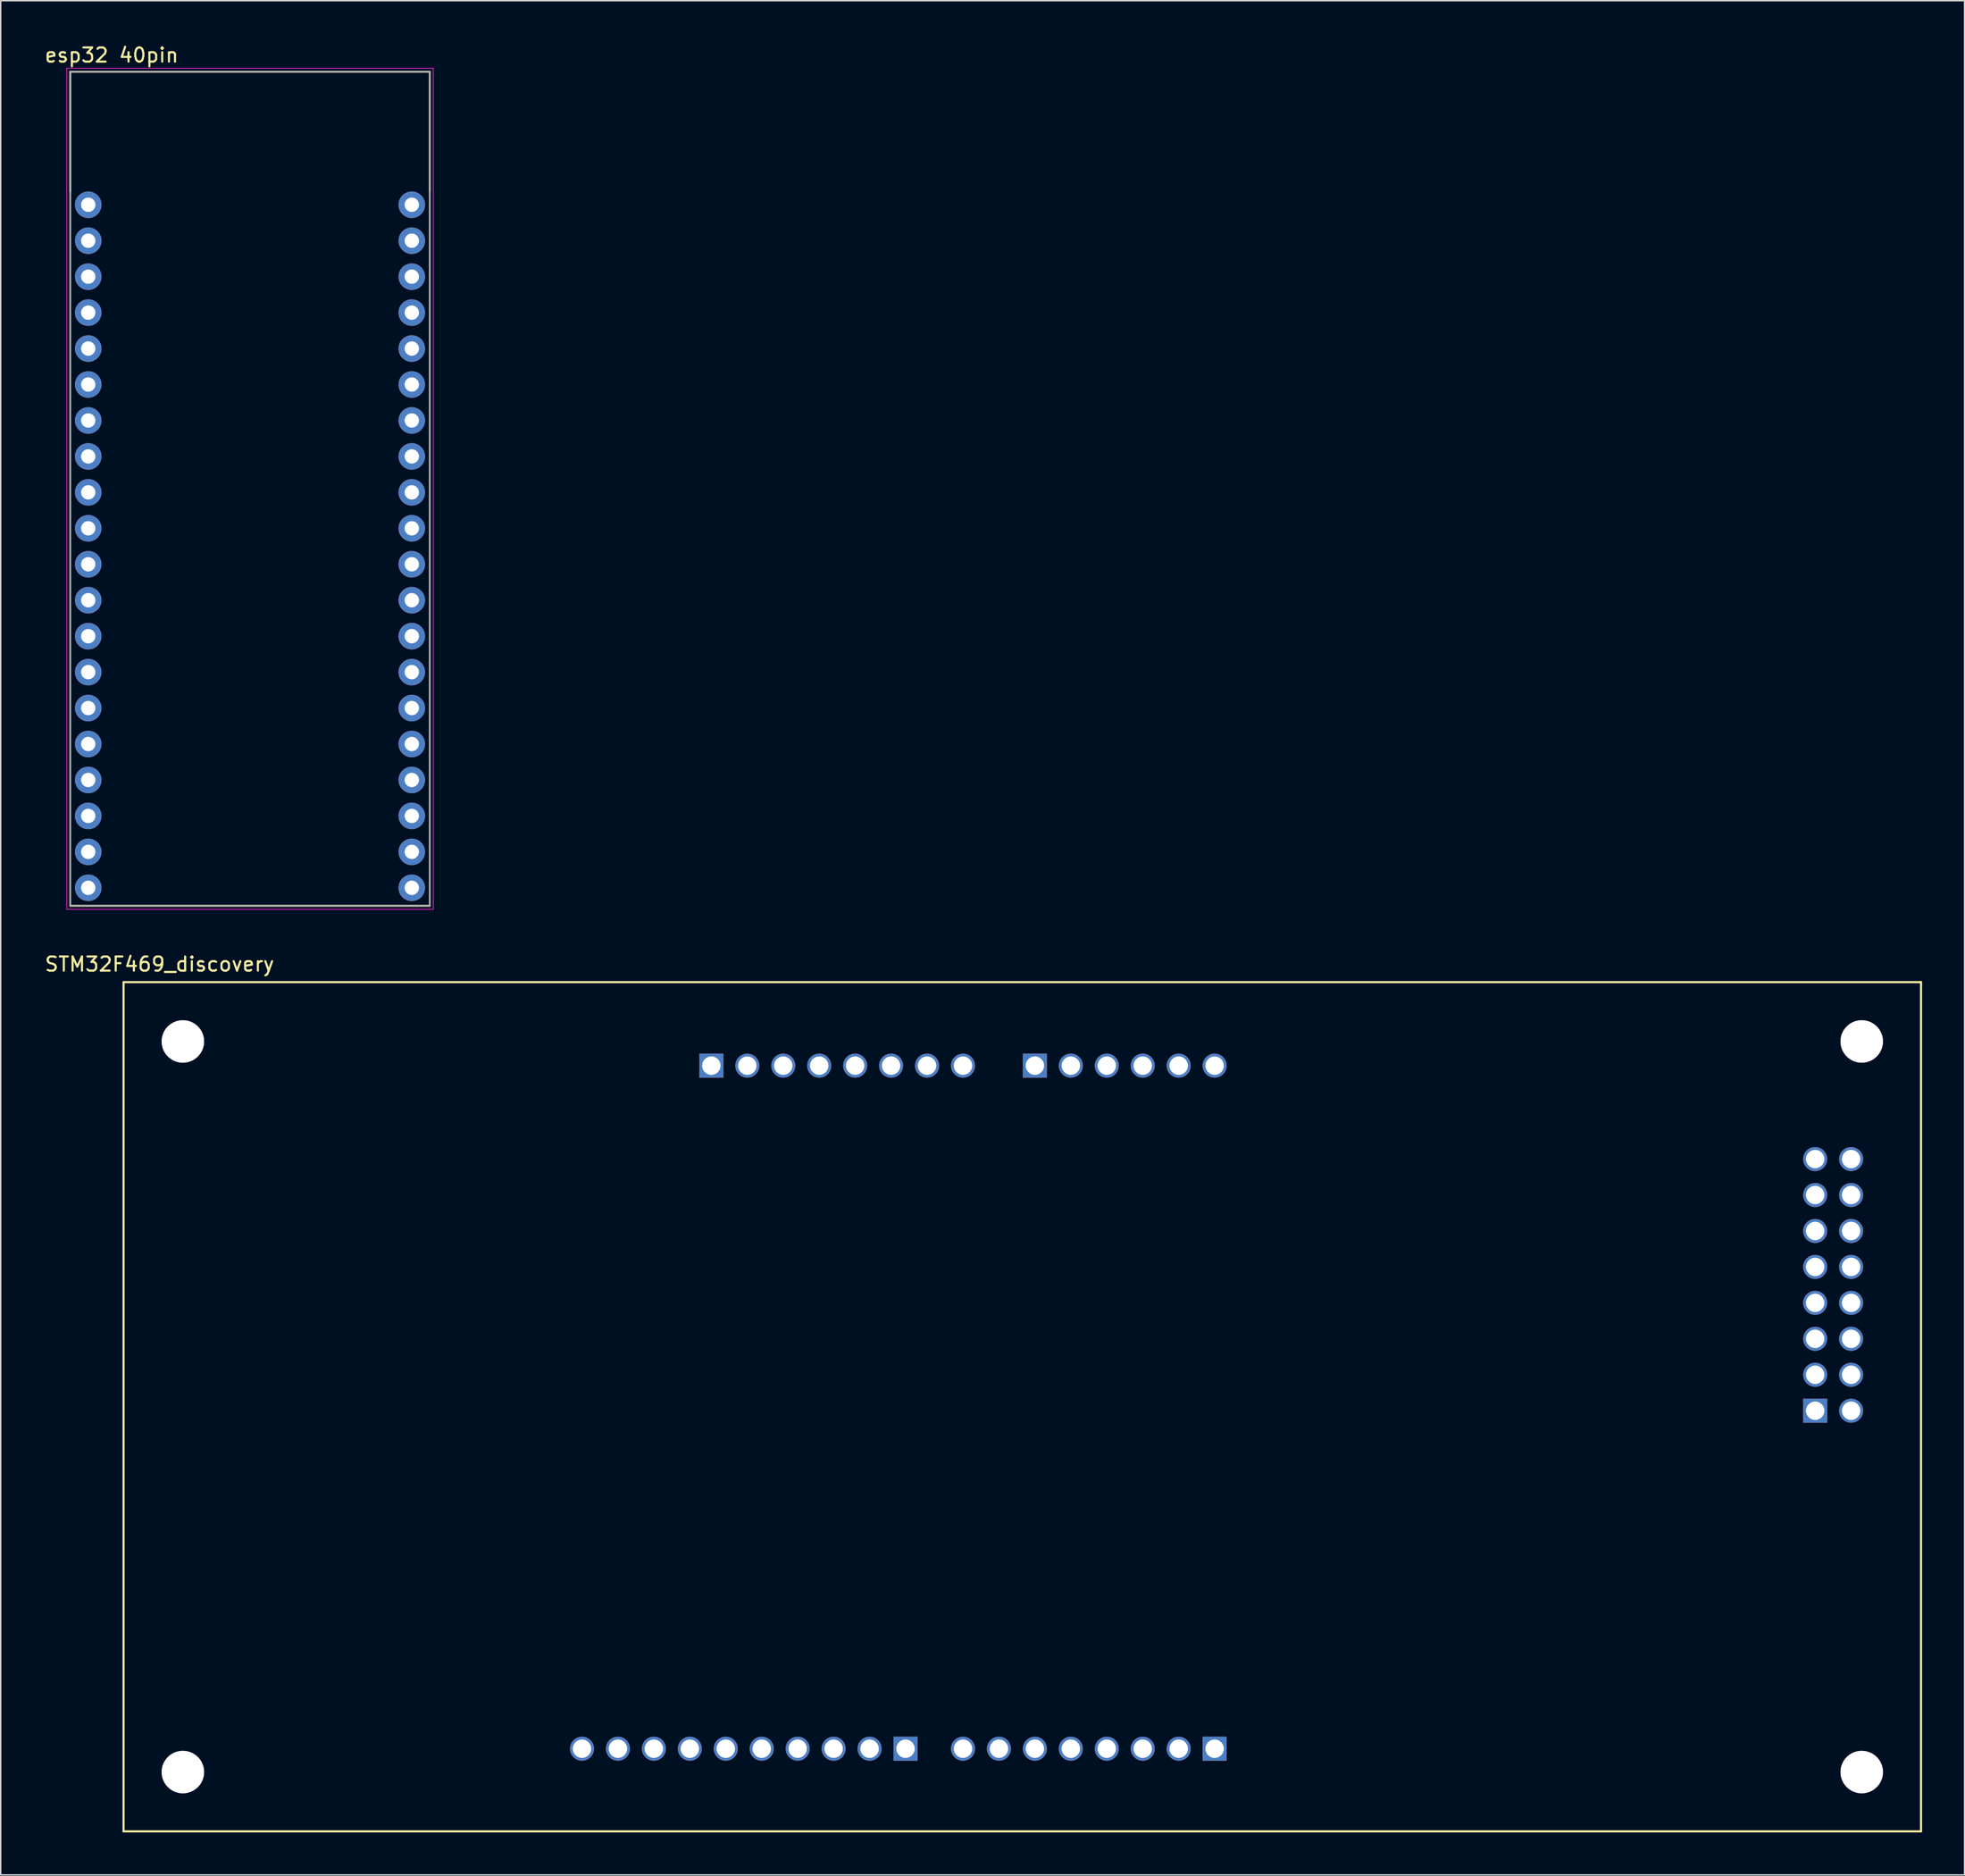
<source format=kicad_pcb>
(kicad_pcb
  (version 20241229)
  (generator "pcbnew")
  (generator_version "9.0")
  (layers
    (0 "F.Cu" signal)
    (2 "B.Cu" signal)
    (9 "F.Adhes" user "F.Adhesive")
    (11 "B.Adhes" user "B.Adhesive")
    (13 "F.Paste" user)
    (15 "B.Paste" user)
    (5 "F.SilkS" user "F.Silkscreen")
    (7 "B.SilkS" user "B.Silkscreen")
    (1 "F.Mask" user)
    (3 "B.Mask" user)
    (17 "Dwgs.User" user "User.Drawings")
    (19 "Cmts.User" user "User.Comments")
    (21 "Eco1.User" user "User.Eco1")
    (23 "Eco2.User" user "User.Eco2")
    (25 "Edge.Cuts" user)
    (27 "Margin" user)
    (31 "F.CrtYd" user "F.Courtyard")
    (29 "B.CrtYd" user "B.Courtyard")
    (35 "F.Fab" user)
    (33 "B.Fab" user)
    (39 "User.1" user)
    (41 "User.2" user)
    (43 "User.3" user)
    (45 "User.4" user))
  (footprint "esp32 40pin"
    (layer "F.Cu")
    (at 14.614 31.483)
    (property "Reference" "esp32 40pin" (at -9.775 -30.635 0) (layer "F.SilkS") (effects (font (size 1 1) (thickness 0.15))))
    (attr through_hole)
    (fp_line (start -12.7 -29.464) (end 12.7 -29.464) (stroke (width 0.127) (type solid)) (layer "F.SilkS"))
    (fp_line (start -12.7 -20.986) (end -12.7 -29.464) (stroke (width 0.127) (type solid)) (layer "F.SilkS"))
    (fp_line (start -12.7 29.464) (end 12.7 29.464) (stroke (width 0.127) (type solid)) (layer "F.SilkS"))
    (fp_line (start 12.7 -29.464) (end 12.7 -20.986) (stroke (width 0.127) (type solid)) (layer "F.SilkS"))
    (fp_line (start -12.95 -29.714) (end -12.95 29.714) (stroke (width 0.05) (type solid)) (layer "F.CrtYd"))
    (fp_line (start -12.95 29.714) (end 12.95 29.714) (stroke (width 0.05) (type solid)) (layer "F.CrtYd"))
    (fp_line (start 12.95 -29.714) (end -12.95 -29.714) (stroke (width 0.05) (type solid)) (layer "F.CrtYd"))
    (fp_line (start 12.95 29.714) (end 12.95 -29.714) (stroke (width 0.05) (type solid)) (layer "F.CrtYd"))
    (fp_line (start -12.7 -29.464) (end 12.7 -29.464) (stroke (width 0.127) (type solid)) (layer "F.Fab"))
    (fp_line (start -12.7 29.464) (end -12.7 -29.464) (stroke (width 0.127) (type solid)) (layer "F.Fab"))
    (fp_line (start 12.7 -29.464) (end 12.7 29.464) (stroke (width 0.127) (type solid)) (layer "F.Fab"))
    (fp_line (start 12.7 29.464) (end -12.7 29.464) (stroke (width 0.127) (type solid)) (layer "F.Fab"))
    (pad "J1_1" thru_hole circle (at -11.43 28.194) (size 1.88 1.88) (drill 1.016) (layers "*.Cu" "*.Mask"))
    (pad "J1_2" thru_hole circle (at -11.43 25.654) (size 1.88 1.88) (drill 1.016) (layers "*.Cu" "*.Mask"))
    (pad "J1_3" thru_hole circle (at -11.43 23.114) (size 1.88 1.88) (drill 1.016) (layers "*.Cu" "*.Mask"))
    (pad "J1_4" thru_hole circle (at -11.43 20.574) (size 1.88 1.88) (drill 1.016) (layers "*.Cu" "*.Mask"))
    (pad "J1_5" thru_hole circle (at -11.43 18.034) (size 1.88 1.88) (drill 1.016) (layers "*.Cu" "*.Mask"))
    (pad "J1_6" thru_hole circle (at -11.43 15.494) (size 1.88 1.88) (drill 1.016) (layers "*.Cu" "*.Mask"))
    (pad "J1_7" thru_hole circle (at -11.43 12.954) (size 1.88 1.88) (drill 1.016) (layers "*.Cu" "*.Mask"))
    (pad "J1_8" thru_hole circle (at -11.43 10.414) (size 1.88 1.88) (drill 1.016) (layers "*.Cu" "*.Mask"))
    (pad "J1_9" thru_hole circle (at -11.43 7.874) (size 1.88 1.88) (drill 1.016) (layers "*.Cu" "*.Mask"))
    (pad "J1_10" thru_hole circle (at -11.43 5.334) (size 1.88 1.88) (drill 1.016) (layers "*.Cu" "*.Mask"))
    (pad "J1_11" thru_hole circle (at -11.43 2.794) (size 1.88 1.88) (drill 1.016) (layers "*.Cu" "*.Mask"))
    (pad "J1_12" thru_hole circle (at -11.43 0.254) (size 1.88 1.88) (drill 1.016) (layers "*.Cu" "*.Mask"))
    (pad "J1_13" thru_hole circle (at -11.43 -2.286) (size 1.88 1.88) (drill 1.016) (layers "*.Cu" "*.Mask"))
    (pad "J1_14" thru_hole circle (at -11.43 -4.826) (size 1.88 1.88) (drill 1.016) (layers "*.Cu" "*.Mask"))
    (pad "J1_15" thru_hole circle (at -11.43 -7.366) (size 1.88 1.88) (drill 1.016) (layers "*.Cu" "*.Mask"))
    (pad "J1_16" thru_hole circle (at -11.43 -9.906) (size 1.88 1.88) (drill 1.016) (layers "*.Cu" "*.Mask"))
    (pad "J1_17" thru_hole circle (at -11.43 -12.446) (size 1.88 1.88) (drill 1.016) (layers "*.Cu" "*.Mask"))
    (pad "J1_18" thru_hole circle (at -11.43 -14.986) (size 1.88 1.88) (drill 1.016) (layers "*.Cu" "*.Mask"))
    (pad "J1_19" thru_hole circle (at -11.43 -17.526) (size 1.88 1.88) (drill 1.016) (layers "*.Cu" "*.Mask"))
    (pad "J1_20" thru_hole circle (at -11.43 -20.066) (size 1.88 1.88) (drill 1.016) (layers "*.Cu" "*.Mask"))
    (pad "J2_1" thru_hole circle (at 11.43 28.194) (size 1.88 1.88) (drill 1.016) (layers "*.Cu" "*.Mask"))
    (pad "J2_2" thru_hole circle (at 11.43 25.654) (size 1.88 1.88) (drill 1.016) (layers "*.Cu" "*.Mask"))
    (pad "J2_3" thru_hole circle (at 11.43 23.114) (size 1.88 1.88) (drill 1.016) (layers "*.Cu" "*.Mask"))
    (pad "J2_4" thru_hole circle (at 11.43 20.574) (size 1.88 1.88) (drill 1.016) (layers "*.Cu" "*.Mask"))
    (pad "J2_5" thru_hole circle (at 11.43 18.034) (size 1.88 1.88) (drill 1.016) (layers "*.Cu" "*.Mask"))
    (pad "J2_6" thru_hole circle (at 11.43 15.494) (size 1.88 1.88) (drill 1.016) (layers "*.Cu" "*.Mask"))
    (pad "J2_7" thru_hole circle (at 11.43 12.954) (size 1.88 1.88) (drill 1.016) (layers "*.Cu" "*.Mask"))
    (pad "J2_8" thru_hole circle (at 11.43 10.414) (size 1.88 1.88) (drill 1.016) (layers "*.Cu" "*.Mask"))
    (pad "J2_9" thru_hole circle (at 11.43 7.874) (size 1.88 1.88) (drill 1.016) (layers "*.Cu" "*.Mask"))
    (pad "J2_10" thru_hole circle (at 11.43 5.334) (size 1.88 1.88) (drill 1.016) (layers "*.Cu" "*.Mask"))
    (pad "J2_11" thru_hole circle (at 11.43 2.794) (size 1.88 1.88) (drill 1.016) (layers "*.Cu" "*.Mask"))
    (pad "J2_12" thru_hole circle (at 11.43 0.254) (size 1.88 1.88) (drill 1.016) (layers "*.Cu" "*.Mask"))
    (pad "J2_13" thru_hole circle (at 11.43 -2.286) (size 1.88 1.88) (drill 1.016) (layers "*.Cu" "*.Mask"))
    (pad "J2_14" thru_hole circle (at 11.43 -4.826) (size 1.88 1.88) (drill 1.016) (layers "*.Cu" "*.Mask"))
    (pad "J2_15" thru_hole circle (at 11.43 -7.366) (size 1.88 1.88) (drill 1.016) (layers "*.Cu" "*.Mask"))
    (pad "J2_16" thru_hole circle (at 11.43 -9.906) (size 1.88 1.88) (drill 1.016) (layers "*.Cu" "*.Mask"))
    (pad "J2_17" thru_hole circle (at 11.43 -12.446) (size 1.88 1.88) (drill 1.016) (layers "*.Cu" "*.Mask"))
    (pad "J2_18" thru_hole circle (at 11.43 -14.986) (size 1.88 1.88) (drill 1.016) (layers "*.Cu" "*.Mask"))
    (pad "J2_19" thru_hole circle (at 11.43 -17.526) (size 1.88 1.88) (drill 1.016) (layers "*.Cu" "*.Mask"))
    (pad "J2_20" thru_hole circle (at 11.43 -20.066) (size 1.88 1.88) (drill 1.016) (layers "*.Cu" "*.Mask")))
  (footprint "STM32F469_discovery"
    (layer "F.Cu")
    (at 5.68 66.341)
    (property "Reference" "STM32F469_discovery" (at 2.54 -1.27 0) (layer "F.SilkS") (effects (font (size 1 1) (thickness 0.15))))
    (attr through_hole)
    (fp_line (start 0 0) (end 0 60) (stroke (width 0.15) (type solid)) (layer "F.SilkS"))
    (fp_line (start 0 60) (end 127 60) (stroke (width 0.15) (type solid)) (layer "F.SilkS"))
    (fp_line (start 127 0) (end 0 0) (stroke (width 0.15) (type solid)) (layer "F.SilkS"))
    (fp_line (start 127 60) (end 127 0) (stroke (width 0.15) (type solid)) (layer "F.SilkS"))
    (pad "" thru_hole circle (at 4.19 4.19) (size 3 3) (drill 3) (layers "*.Cu" "*.Mask"))
    (pad "" thru_hole circle (at 4.19 55.81) (size 3 3) (drill 3) (layers "*.Cu" "*.Mask"))
    (pad "" thru_hole circle (at 122.81 4.19) (size 3 3) (drill 3) (layers "*.Cu" "*.Mask"))
    (pad "" thru_hole circle (at 122.81 55.81) (size 3 3) (drill 3) (layers "*.Cu" "*.Mask"))
    (pad "1" thru_hole rect (at 119.52 30.28) (size 1.7 1.7) (drill 1.3) (layers "*.Cu" "*.Mask"))
    (pad "2" thru_hole circle (at 122.06 30.28) (size 1.7 1.7) (drill 1.3) (layers "*.Cu" "*.Mask"))
    (pad "3" thru_hole circle (at 119.52 27.74) (size 1.7 1.7) (drill 1.3) (layers "*.Cu" "*.Mask"))
    (pad "4" thru_hole circle (at 122.06 27.74) (size 1.7 1.7) (drill 1.3) (layers "*.Cu" "*.Mask"))
    (pad "5" thru_hole circle (at 119.52 25.2) (size 1.7 1.7) (drill 1.3) (layers "*.Cu" "*.Mask"))
    (pad "6" thru_hole circle (at 122.06 25.2) (size 1.7 1.7) (drill 1.3) (layers "*.Cu" "*.Mask"))
    (pad "7" thru_hole circle (at 119.52 22.66) (size 1.7 1.7) (drill 1.3) (layers "*.Cu" "*.Mask"))
    (pad "8" thru_hole circle (at 122.06 22.66) (size 1.7 1.7) (drill 1.3) (layers "*.Cu" "*.Mask"))
    (pad "9" thru_hole circle (at 119.52 20.12) (size 1.7 1.7) (drill 1.3) (layers "*.Cu" "*.Mask"))
    (pad "10" thru_hole circle (at 122.06 20.12) (size 1.7 1.7) (drill 1.3) (layers "*.Cu" "*.Mask"))
    (pad "11" thru_hole circle (at 119.52 17.58) (size 1.7 1.7) (drill 1.3) (layers "*.Cu" "*.Mask"))
    (pad "12" thru_hole circle (at 122.06 17.58) (size 1.7 1.7) (drill 1.3) (layers "*.Cu" "*.Mask"))
    (pad "13" thru_hole circle (at 119.52 15.04) (size 1.7 1.7) (drill 1.3) (layers "*.Cu" "*.Mask"))
    (pad "14" thru_hole circle (at 122.06 15.04) (size 1.7 1.7) (drill 1.3) (layers "*.Cu" "*.Mask"))
    (pad "15" thru_hole circle (at 119.52 12.5) (size 1.7 1.7) (drill 1.3) (layers "*.Cu" "*.Mask"))
    (pad "16" thru_hole circle (at 122.06 12.5) (size 1.7 1.7) (drill 1.3) (layers "*.Cu" "*.Mask"))
    (pad "17" thru_hole rect (at 64.39 5.9) (size 1.7 1.7) (drill 1.3) (layers "*.Cu" "*.Mask"))
    (pad "18" thru_hole circle (at 66.93 5.9) (size 1.7 1.7) (drill 1.3) (layers "*.Cu" "*.Mask"))
    (pad "19" thru_hole circle (at 69.47 5.9) (size 1.7 1.7) (drill 1.3) (layers "*.Cu" "*.Mask"))
    (pad "20" thru_hole circle (at 72.01 5.9) (size 1.7 1.7) (drill 1.3) (layers "*.Cu" "*.Mask"))
    (pad "21" thru_hole circle (at 74.55 5.9) (size 1.7 1.7) (drill 1.3) (layers "*.Cu" "*.Mask"))
    (pad "22" thru_hole circle (at 77.09 5.9) (size 1.7 1.7) (drill 1.3) (layers "*.Cu" "*.Mask"))
    (pad "23" thru_hole rect (at 41.53 5.9) (size 1.7 1.7) (drill 1.3) (layers "*.Cu" "*.Mask"))
    (pad "24" thru_hole circle (at 44.07 5.9) (size 1.7 1.7) (drill 1.3) (layers "*.Cu" "*.Mask"))
    (pad "25" thru_hole circle (at 46.61 5.9) (size 1.7 1.7) (drill 1.3) (layers "*.Cu" "*.Mask"))
    (pad "26" thru_hole circle (at 49.15 5.9) (size 1.7 1.7) (drill 1.3) (layers "*.Cu" "*.Mask"))
    (pad "27" thru_hole circle (at 51.69 5.9) (size 1.7 1.7) (drill 1.3) (layers "*.Cu" "*.Mask"))
    (pad "28" thru_hole circle (at 54.23 5.9) (size 1.7 1.7) (drill 1.3) (layers "*.Cu" "*.Mask"))
    (pad "29" thru_hole circle (at 56.77 5.9) (size 1.7 1.7) (drill 1.3) (layers "*.Cu" "*.Mask"))
    (pad "30" thru_hole circle (at 59.31 5.9) (size 1.7 1.7) (drill 1.3) (layers "*.Cu" "*.Mask"))
    (pad "31" thru_hole circle (at 32.39 54.16) (size 1.7 1.7) (drill 1.3) (layers "*.Cu" "*.Mask"))
    (pad "32" thru_hole circle (at 34.93 54.16) (size 1.7 1.7) (drill 1.3) (layers "*.Cu" "*.Mask"))
    (pad "33" thru_hole circle (at 37.47 54.16) (size 1.7 1.7) (drill 1.3) (layers "*.Cu" "*.Mask"))
    (pad "34" thru_hole circle (at 40.01 54.16) (size 1.7 1.7) (drill 1.3) (layers "*.Cu" "*.Mask"))
    (pad "35" thru_hole circle (at 42.55 54.16) (size 1.7 1.7) (drill 1.3) (layers "*.Cu" "*.Mask"))
    (pad "36" thru_hole circle (at 45.09 54.16) (size 1.7 1.7) (drill 1.3) (layers "*.Cu" "*.Mask"))
    (pad "37" thru_hole circle (at 47.63 54.16) (size 1.7 1.7) (drill 1.3) (layers "*.Cu" "*.Mask"))
    (pad "38" thru_hole circle (at 50.17 54.16) (size 1.7 1.7) (drill 1.3) (layers "*.Cu" "*.Mask"))
    (pad "39" thru_hole circle (at 52.71 54.16) (size 1.7 1.7) (drill 1.3) (layers "*.Cu" "*.Mask"))
    (pad "40" thru_hole rect (at 55.25 54.16) (size 1.7 1.7) (drill 1.3) (layers "*.Cu" "*.Mask"))
    (pad "41" thru_hole circle (at 59.31 54.16) (size 1.7 1.7) (drill 1.3) (layers "*.Cu" "*.Mask"))
    (pad "42" thru_hole circle (at 61.85 54.16) (size 1.7 1.7) (drill 1.3) (layers "*.Cu" "*.Mask"))
    (pad "43" thru_hole circle (at 64.39 54.16) (size 1.7 1.7) (drill 1.3) (layers "*.Cu" "*.Mask"))
    (pad "44" thru_hole circle (at 66.93 54.16) (size 1.7 1.7) (drill 1.3) (layers "*.Cu" "*.Mask"))
    (pad "45" thru_hole circle (at 69.47 54.16) (size 1.7 1.7) (drill 1.3) (layers "*.Cu" "*.Mask"))
    (pad "46" thru_hole circle (at 72.01 54.16) (size 1.7 1.7) (drill 1.3) (layers "*.Cu" "*.Mask"))
    (pad "47" thru_hole circle (at 74.55 54.16) (size 1.7 1.7) (drill 1.3) (layers "*.Cu" "*.Mask"))
    (pad "48" thru_hole rect (at 77.09 54.16) (size 1.7 1.7) (drill 1.3) (layers "*.Cu" "*.Mask")))
  (gr_rect
    (start -3 -3)
    (end 135.755 129.416)
    (stroke (width 0.1) (type default))
    (fill no)
    (layer "Edge.Cuts")))
</source>
